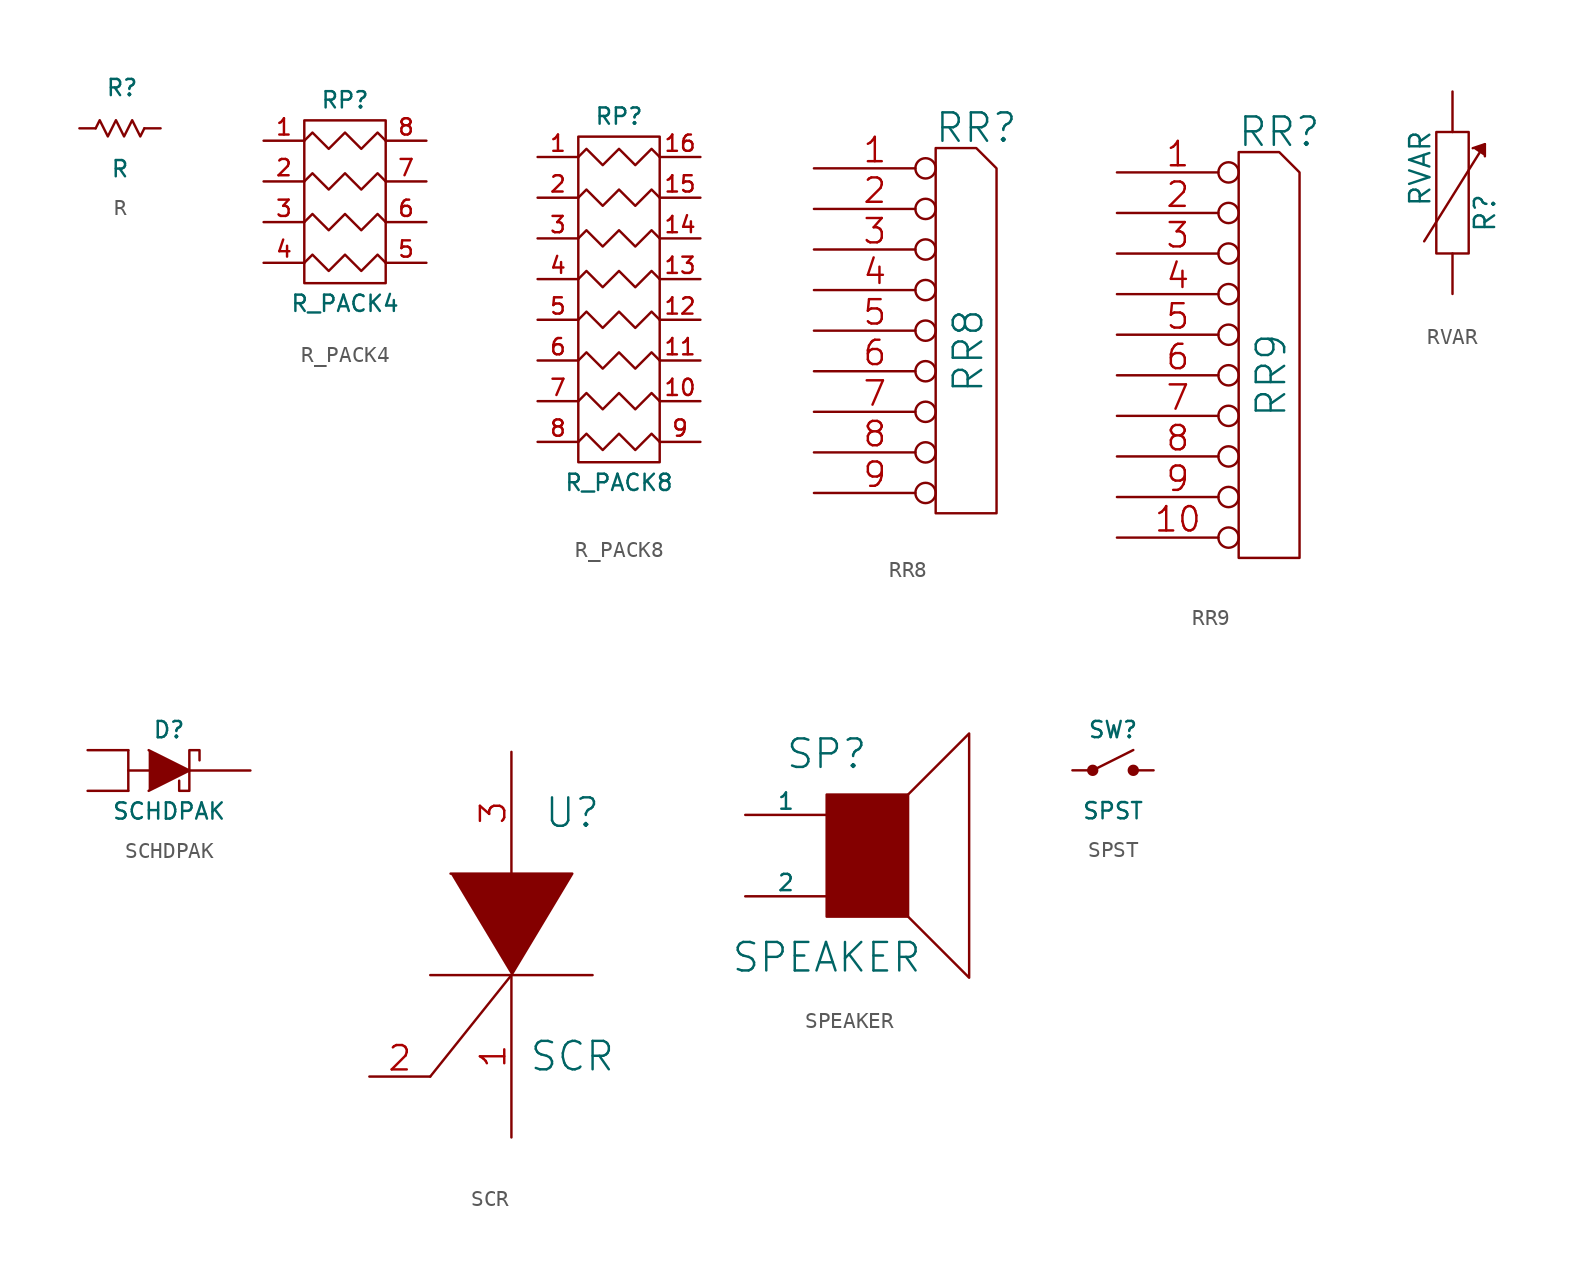
<source format=kicad_sym>
(kicad_symbol_lib
  (version 20231120)
  (generator "kicad_symbol_editor")
  (generator_version "8.0")
  (symbol "R"
    (pin_numbers hide)
    (pin_names
      (offset 0))
    (property "Reference" "R"
      (at 0.127 2.54 0)
      (effects (font (size 1.016 1.016))))
    (property "Value" "R"
      (at 0 -2.54 0)
      (effects (font (size 1.016 1.016))))
    (property "Footprint" ""
      (at 0 0 0)
      (effects (font (size 1.524 1.524))))
    (property "Datasheet" ""
      (at 0 0 0)
      (effects (font (size 1.524 1.524))))
    (symbol "R_0_1"
      (polyline (pts (xy -1.524 0) (xy -1.27 0.508) (xy -0.762 -0.508) (xy -0.254 0.508) (xy 0.254 -0.508) (xy 0.762 0.508) (xy 1.27 -0.508) (xy 1.524 0)) (stroke (width 0) (type solid)) (fill (type none))))
    (symbol "R_1_1"
      (pin passive line (at 2.54 0 180) (length 1.016) (name "~" (effects (font (size 1.524 1.524)))) (number "1" (effects (font (size 1.524 1.524)))))
      (pin passive line (at -2.54 0 0) (length 1.016) (name "~" (effects (font (size 1.524 1.524)))) (number "2" (effects (font (size 1.524 1.524)))))))
  (symbol "R_PACK4"
    (pin_names hide)
    (property "Reference" "RP"
      (at 0 11.43 0)
      (effects (font (size 1.016 1.016))))
    (property "Value" "R_PACK4"
      (at 0 -1.27 0)
      (effects (font (size 1.016 1.016))))
    (property "Footprint" ""
      (at 0 0 0)
      (effects (font (size 1.524 1.524))))
    (property "Datasheet" ""
      (at 0 0 0)
      (effects (font (size 1.524 1.524))))
    (symbol "R_PACK4_0_1"
      (polyline (pts (xy -2.54 10.16) (xy -2.54 0) (xy 2.54 0) (xy 2.54 10.16) (xy -2.54 10.16)) (stroke (width 0) (type solid)) (fill (type none)))
      (polyline (pts (xy -2.54 1.27) (xy -2.032 1.778) (xy -1.016 0.762) (xy 0 1.778) (xy 1.016 0.762) (xy 2.032 1.778) (xy 2.54 1.27)) (stroke (width 0) (type solid)) (fill (type none)))
      (polyline (pts (xy -2.54 3.81) (xy -2.032 4.318) (xy -1.016 3.302) (xy 0 4.318) (xy 1.016 3.302) (xy 2.032 4.318) (xy 2.54 3.81)) (stroke (width 0) (type solid)) (fill (type none)))
      (polyline (pts (xy -2.54 6.35) (xy -2.032 6.858) (xy -1.016 5.842) (xy 0 6.858) (xy 1.016 5.842) (xy 2.032 6.858) (xy 2.54 6.35)) (stroke (width 0) (type solid)) (fill (type none)))
      (polyline (pts (xy -2.54 8.89) (xy -2.032 9.398) (xy -1.016 8.382) (xy 0 9.398) (xy 1.016 8.382) (xy 2.032 9.398) (xy 2.54 8.89)) (stroke (width 0) (type solid)) (fill (type none))))
    (symbol "R_PACK4_1_1"
      (pin passive line (at -5.08 8.89 0) (length 2.54) (name "P1" (effects (font (size 1.016 1.016)))) (number "1" (effects (font (size 1.016 1.016)))))
      (pin passive line (at -5.08 6.35 0) (length 2.54) (name "P2" (effects (font (size 1.016 1.016)))) (number "2" (effects (font (size 1.016 1.016)))))
      (pin passive line (at -5.08 3.81 0) (length 2.54) (name "P3" (effects (font (size 1.016 1.016)))) (number "3" (effects (font (size 1.016 1.016)))))
      (pin passive line (at -5.08 1.27 0) (length 2.54) (name "P4" (effects (font (size 1.016 1.016)))) (number "4" (effects (font (size 1.016 1.016)))))
      (pin passive line (at 5.08 1.27 180) (length 2.54) (name "R4" (effects (font (size 1.016 1.016)))) (number "5" (effects (font (size 1.016 1.016)))))
      (pin passive line (at 5.08 3.81 180) (length 2.54) (name "R3" (effects (font (size 1.016 1.016)))) (number "6" (effects (font (size 1.016 1.016)))))
      (pin passive line (at 5.08 6.35 180) (length 2.54) (name "R2" (effects (font (size 1.016 1.016)))) (number "7" (effects (font (size 1.016 1.016)))))
      (pin passive line (at 5.08 8.89 180) (length 2.54) (name "R1" (effects (font (size 1.016 1.016)))) (number "8" (effects (font (size 1.016 1.016)))))))
  (symbol "R_PACK8"
    (pin_names hide)
    (property "Reference" "RP"
      (at 0 11.43 0)
      (effects (font (size 1.016 1.016))))
    (property "Value" "R_PACK8"
      (at 0 -11.43 0)
      (effects (font (size 1.016 1.016))))
    (property "Footprint" ""
      (at 0 0 0)
      (effects (font (size 1.524 1.524))))
    (property "Datasheet" ""
      (at 0 0 0)
      (effects (font (size 1.524 1.524))))
    (symbol "R_PACK8_0_1"
      (rectangle (start -2.54 10.16) (end 2.54 -10.16) (stroke (width 0) (type solid)) (fill (type none)))
      (polyline (pts (xy -2.54 -8.89) (xy -2.032 -8.382) (xy -1.016 -9.398) (xy 0 -8.382) (xy 1.016 -9.398) (xy 2.032 -8.382) (xy 2.54 -8.89)) (stroke (width 0) (type solid)) (fill (type none)))
      (polyline (pts (xy -2.54 -6.35) (xy -2.032 -5.842) (xy -1.016 -6.858) (xy 0 -5.842) (xy 1.016 -6.858) (xy 2.032 -5.842) (xy 2.54 -6.35)) (stroke (width 0) (type solid)) (fill (type none)))
      (polyline (pts (xy -2.54 -3.81) (xy -2.032 -3.302) (xy -1.016 -4.318) (xy 0 -3.302) (xy 1.016 -4.318) (xy 2.032 -3.302) (xy 2.54 -3.81)) (stroke (width 0) (type solid)) (fill (type none)))
      (polyline (pts (xy -2.54 -1.27) (xy -2.032 -0.762) (xy -1.016 -1.778) (xy 0 -0.762) (xy 1.016 -1.778) (xy 2.032 -0.762) (xy 2.54 -1.27)) (stroke (width 0) (type solid)) (fill (type none)))
      (polyline (pts (xy -2.54 1.27) (xy -2.032 1.778) (xy -1.016 0.762) (xy 0 1.778) (xy 1.016 0.762) (xy 2.032 1.778) (xy 2.54 1.27)) (stroke (width 0) (type solid)) (fill (type none)))
      (polyline (pts (xy -2.54 3.81) (xy -2.032 4.318) (xy -1.016 3.302) (xy 0 4.318) (xy 1.016 3.302) (xy 2.032 4.318) (xy 2.54 3.81)) (stroke (width 0) (type solid)) (fill (type none)))
      (polyline (pts (xy -2.54 6.35) (xy -2.032 6.858) (xy -1.016 5.842) (xy 0 6.858) (xy 1.016 5.842) (xy 2.032 6.858) (xy 2.54 6.35)) (stroke (width 0) (type solid)) (fill (type none)))
      (polyline (pts (xy -2.54 8.89) (xy -2.032 9.398) (xy -1.016 8.382) (xy 0 9.398) (xy 1.016 8.382) (xy 2.032 9.398) (xy 2.54 8.89)) (stroke (width 0) (type solid)) (fill (type none))))
    (symbol "R_PACK8_1_1"
      (pin passive line (at -5.08 8.89 0) (length 2.54) (name "P1" (effects (font (size 1.016 1.016)))) (number "1" (effects (font (size 1.016 1.016)))))
      (pin passive line (at 5.08 -6.35 180) (length 2.54) (name "R7" (effects (font (size 1.016 1.016)))) (number "10" (effects (font (size 1.016 1.016)))))
      (pin passive line (at 5.08 -3.81 180) (length 2.54) (name "R6" (effects (font (size 1.016 1.016)))) (number "11" (effects (font (size 1.016 1.016)))))
      (pin passive line (at 5.08 -1.27 180) (length 2.54) (name "R5" (effects (font (size 1.016 1.016)))) (number "12" (effects (font (size 1.016 1.016)))))
      (pin passive line (at 5.08 1.27 180) (length 2.54) (name "R4" (effects (font (size 1.016 1.016)))) (number "13" (effects (font (size 1.016 1.016)))))
      (pin passive line (at 5.08 3.81 180) (length 2.54) (name "R3" (effects (font (size 1.016 1.016)))) (number "14" (effects (font (size 1.016 1.016)))))
      (pin passive line (at 5.08 6.35 180) (length 2.54) (name "R2" (effects (font (size 1.016 1.016)))) (number "15" (effects (font (size 1.016 1.016)))))
      (pin passive line (at 5.08 8.89 180) (length 2.54) (name "R1" (effects (font (size 1.016 1.016)))) (number "16" (effects (font (size 1.016 1.016)))))
      (pin passive line (at -5.08 6.35 0) (length 2.54) (name "P2" (effects (font (size 1.016 1.016)))) (number "2" (effects (font (size 1.016 1.016)))))
      (pin passive line (at -5.08 3.81 0) (length 2.54) (name "P3" (effects (font (size 1.016 1.016)))) (number "3" (effects (font (size 1.016 1.016)))))
      (pin passive line (at -5.08 1.27 0) (length 2.54) (name "P4" (effects (font (size 1.016 1.016)))) (number "4" (effects (font (size 1.016 1.016)))))
      (pin passive line (at -5.08 -1.27 0) (length 2.54) (name "P5" (effects (font (size 1.016 1.016)))) (number "5" (effects (font (size 1.016 1.016)))))
      (pin passive line (at -5.08 -3.81 0) (length 2.54) (name "P6" (effects (font (size 1.016 1.016)))) (number "6" (effects (font (size 1.016 1.016)))))
      (pin passive line (at -5.08 -6.35 0) (length 2.54) (name "P7" (effects (font (size 1.016 1.016)))) (number "7" (effects (font (size 1.016 1.016)))))
      (pin passive line (at -5.08 -8.89 0) (length 2.54) (name "P8" (effects (font (size 1.016 1.016)))) (number "8" (effects (font (size 1.016 1.016)))))
      (pin passive line (at 5.08 -8.89 180) (length 2.54) (name "R8" (effects (font (size 1.016 1.016)))) (number "9" (effects (font (size 1.016 1.016)))))))
  (symbol "RR8"
    (pin_names
      (offset 1.016) hide)
    (property "Reference" "RR"
      (at 1.27 13.97 0)
      (effects (font (size 1.778 1.778))))
    (property "Value" "RR8"
      (at 0.762 0 90)
      (effects (font (size 1.778 1.778))))
    (property "Footprint" ""
      (at 0 0 0)
      (effects (font (size 1.524 1.524))))
    (property "Datasheet" ""
      (at 0 0 0)
      (effects (font (size 1.524 1.524))))
    (symbol "RR8_0_1"
      (polyline (pts (xy -1.27 -10.16) (xy -1.27 12.7) (xy 1.27 12.7) (xy 2.54 11.43) (xy 2.54 -10.16) (xy -1.27 -10.16)) (stroke (width 0) (type solid)) (fill (type none))))
    (symbol "RR8_1_1"
      (pin passive inverted (at -8.89 11.43 0) (length 7.62) (name "COM" (effects (font (size 1.524 1.524)))) (number "1" (effects (font (size 1.524 1.524)))))
      (pin passive inverted (at -8.89 8.89 0) (length 7.62) (name "2" (effects (font (size 1.524 1.524)))) (number "2" (effects (font (size 1.524 1.524)))))
      (pin passive inverted (at -8.89 6.35 0) (length 7.62) (name "3" (effects (font (size 1.524 1.524)))) (number "3" (effects (font (size 1.524 1.524)))))
      (pin passive inverted (at -8.89 3.81 0) (length 7.62) (name "4" (effects (font (size 1.524 1.524)))) (number "4" (effects (font (size 1.524 1.524)))))
      (pin passive inverted (at -8.89 1.27 0) (length 7.62) (name "5" (effects (font (size 1.524 1.524)))) (number "5" (effects (font (size 1.524 1.524)))))
      (pin passive inverted (at -8.89 -1.27 0) (length 7.62) (name "6" (effects (font (size 1.524 1.524)))) (number "6" (effects (font (size 1.524 1.524)))))
      (pin passive inverted (at -8.89 -3.81 0) (length 7.62) (name "7" (effects (font (size 1.524 1.524)))) (number "7" (effects (font (size 1.524 1.524)))))
      (pin passive inverted (at -8.89 -6.35 0) (length 7.62) (name "8" (effects (font (size 1.524 1.524)))) (number "8" (effects (font (size 1.524 1.524)))))
      (pin passive inverted (at -8.89 -8.89 0) (length 7.62) (name "9" (effects (font (size 1.524 1.524)))) (number "9" (effects (font (size 1.524 1.524)))))))
  (symbol "RR9"
    (pin_names
      (offset 1.016) hide)
    (property "Reference" "RR"
      (at 1.27 15.24 0)
      (effects (font (size 1.778 1.778))))
    (property "Value" "RR9"
      (at 0.762 0 90)
      (effects (font (size 1.778 1.778))))
    (property "Footprint" ""
      (at 0 0 0)
      (effects (font (size 1.524 1.524))))
    (property "Datasheet" ""
      (at 0 0 0)
      (effects (font (size 1.524 1.524))))
    (symbol "RR9_0_1"
      (polyline (pts (xy -1.27 -11.43) (xy -1.27 13.97) (xy 1.27 13.97) (xy 2.54 12.7) (xy 2.54 -11.43) (xy -1.27 -11.43)) (stroke (width 0) (type solid)) (fill (type none))))
    (symbol "RR9_1_1"
      (pin passive inverted (at -8.89 12.7 0) (length 7.62) (name "COM" (effects (font (size 1.524 1.524)))) (number "1" (effects (font (size 1.524 1.524)))))
      (pin passive inverted (at -8.89 -10.16 0) (length 7.62) (name "10" (effects (font (size 1.524 1.524)))) (number "10" (effects (font (size 1.524 1.524)))))
      (pin passive inverted (at -8.89 10.16 0) (length 7.62) (name "2" (effects (font (size 1.524 1.524)))) (number "2" (effects (font (size 1.524 1.524)))))
      (pin passive inverted (at -8.89 7.62 0) (length 7.62) (name "3" (effects (font (size 1.524 1.524)))) (number "3" (effects (font (size 1.524 1.524)))))
      (pin passive inverted (at -8.89 5.08 0) (length 7.62) (name "4" (effects (font (size 1.524 1.524)))) (number "4" (effects (font (size 1.524 1.524)))))
      (pin passive inverted (at -8.89 2.54 0) (length 7.62) (name "5" (effects (font (size 1.524 1.524)))) (number "5" (effects (font (size 1.524 1.524)))))
      (pin passive inverted (at -8.89 0 0) (length 7.62) (name "6" (effects (font (size 1.524 1.524)))) (number "6" (effects (font (size 1.524 1.524)))))
      (pin passive inverted (at -8.89 -2.54 0) (length 7.62) (name "7" (effects (font (size 1.524 1.524)))) (number "7" (effects (font (size 1.524 1.524)))))
      (pin passive inverted (at -8.89 -5.08 0) (length 7.62) (name "8" (effects (font (size 1.524 1.524)))) (number "8" (effects (font (size 1.524 1.524)))))
      (pin passive inverted (at -8.89 -7.62 0) (length 7.62) (name "9" (effects (font (size 1.524 1.524)))) (number "9" (effects (font (size 1.524 1.524)))))))
  (symbol "RVAR"
    (pin_numbers hide)
    (pin_names
      (offset 0))
    (property "Reference" "R"
      (at 2.032 -1.27 90)
      (effects (font (size 1.27 1.27))))
    (property "Value" "RVAR"
      (at -2.032 1.524 90)
      (effects (font (size 1.27 1.27))))
    (property "Footprint" ""
      (at 0 0 0)
      (effects (font (size 1.524 1.524))))
    (property "Datasheet" ""
      (at 0 0 0)
      (effects (font (size 1.524 1.524))))
    (symbol "RVAR_0_1"
      (rectangle (start -1.016 3.81) (end 1.016 -3.81) (stroke (width 0) (type solid)) (fill (type none)))
      (polyline (pts (xy -1.778 -3.048) (xy 2.032 3.048)) (stroke (width 0) (type solid)) (fill (type none)))
      (polyline (pts (xy 2.032 2.286) (xy 2.032 3.048) (xy 1.27 2.794)) (stroke (width 0) (type solid)) (fill (type outline))))
    (symbol "RVAR_1_1"
      (pin passive line (at 0 6.35 270) (length 2.54) (name "~" (effects (font (size 1.524 1.524)))) (number "1" (effects (font (size 1.524 1.524)))))
      (pin passive line (at 0 -6.35 90) (length 2.54) (name "~" (effects (font (size 1.524 1.524)))) (number "2" (effects (font (size 1.524 1.524)))))))
  (symbol "SCHDPAK"
    (pin_numbers hide)
    (pin_names
      (offset 1.016) hide)
    (property "Reference" "D"
      (at 0 2.54 0)
      (effects (font (size 1.016 1.016))))
    (property "Value" "SCHDPAK"
      (at 0 -2.54 0)
      (effects (font (size 1.016 1.016))))
    (property "Footprint" ""
      (at 0 0 0)
      (effects (font (size 1.524 1.524))))
    (property "Datasheet" ""
      (at 0 0 0)
      (effects (font (size 1.524 1.524))))
    (symbol "SCHDPAK_0_1"
      (polyline (pts (xy -2.54 0) (xy -1.27 0)) (stroke (width 0) (type solid)) (fill (type none)))
      (polyline (pts (xy -2.54 1.27) (xy -2.54 -1.27)) (stroke (width 0) (type solid)) (fill (type none)))
      (polyline (pts (xy -1.27 1.27) (xy 1.27 0) (xy -1.27 -1.27)) (stroke (width 0) (type solid)) (fill (type outline)))
      (polyline (pts (xy 1.905 0.635) (xy 1.905 1.27) (xy 1.27 1.27) (xy 1.27 -1.27) (xy 0.635 -1.27) (xy 0.635 -0.635)) (stroke (width 0) (type solid)) (fill (type none))))
    (symbol "SCHDPAK_1_1"
      (pin passive line (at -5.08 -1.27 0) (length 2.54) (name "A" (effects (font (size 1.016 1.016)))) (number "1" (effects (font (size 1.016 1.016)))))
      (pin passive line (at 5.08 0 180) (length 3.81) (name "K" (effects (font (size 1.016 1.016)))) (number "2" (effects (font (size 1.016 1.016)))))
      (pin input line (at -5.08 1.27 0) (length 2.54) (name "A" (effects (font (size 1.016 1.016)))) (number "3" (effects (font (size 1.016 1.016)))))))
  (symbol "SCR"
    (pin_names
      (offset 0.254) hide)
    (property "Reference" "U"
      (at 3.81 6.35 0)
      (effects (font (size 1.778 1.778))))
    (property "Value" "SCR"
      (at 3.81 -8.89 0)
      (effects (font (size 1.778 1.778))))
    (property "Footprint" ""
      (at 0 0 0)
      (effects (font (size 1.524 1.524))))
    (property "Datasheet" ""
      (at 0 0 0)
      (effects (font (size 1.524 1.524))))
    (symbol "SCR_0_0"
      (polyline (pts (xy -5.08 -3.81) (xy 5.08 -3.81)) (stroke (width 0) (type solid)) (fill (type none))))
    (symbol "SCR_0_1"
      (polyline (pts (xy 0 -3.81) (xy -5.08 -10.16)) (stroke (width 0) (type solid)) (fill (type none)))
      (polyline (pts (xy -3.81 2.54) (xy 3.81 2.54) (xy 0 -3.81)) (stroke (width 0) (type solid)) (fill (type outline))))
    (symbol "SCR_1_1"
      (pin input line (at 0 -13.97 90) (length 10.16) (name "K" (effects (font (size 1.778 1.778)))) (number "1" (effects (font (size 1.524 1.524)))))
      (pin input line (at -8.89 -10.16 0) (length 3.81) (name "G" (effects (font (size 1.524 1.524)))) (number "2" (effects (font (size 1.524 1.524)))))
      (pin input line (at 0 10.16 270) (length 7.62) (name "A" (effects (font (size 1.524 1.524)))) (number "3" (effects (font (size 1.524 1.524)))))))
  (symbol "SPEAKER"
    (pin_numbers hide)
    (pin_names
      (offset 0))
    (property "Reference" "SP"
      (at -2.54 6.35 0)
      (effects (font (size 1.778 1.778))))
    (property "Value" "SPEAKER"
      (at -2.54 -6.35 0)
      (effects (font (size 1.778 1.778))))
    (property "Footprint" ""
      (at 0 0 0)
      (effects (font (size 1.524 1.524))))
    (property "Datasheet" ""
      (at 0 0 0)
      (effects (font (size 1.524 1.524))))
    (symbol "SPEAKER_0_0"
      (polyline (pts (xy 2.54 3.81) (xy 6.35 7.62) (xy 6.35 -7.62) (xy 2.54 -3.81)) (stroke (width 0) (type solid)) (fill (type none)))
      (polyline (pts (xy -2.54 3.81) (xy 2.54 3.81) (xy 2.54 -3.81) (xy -2.54 -3.81) (xy -2.54 3.81)) (stroke (width 0) (type solid)) (fill (type outline))))
    (symbol "SPEAKER_1_1"
      (pin input line (at -7.62 2.54 0) (length 5.08) (name "1" (effects (font (size 1.016 1.016)))) (number "1" (effects (font (size 1.016 1.016)))))
      (pin input line (at -7.62 -2.54 0) (length 5.08) (name "2" (effects (font (size 1.016 1.016)))) (number "2" (effects (font (size 1.016 1.016)))))))
  (symbol "SPST"
    (pin_numbers hide)
    (pin_names
      (offset 0))
    (property "Reference" "SW"
      (at 0 2.54 0)
      (effects (font (size 1.016 1.016))))
    (property "Value" "SPST"
      (at 0 -2.54 0)
      (effects (font (size 1.016 1.016))))
    (property "Footprint" ""
      (at 0 0 0)
      (effects (font (size 1.524 1.524))))
    (property "Datasheet" ""
      (at 0 0 0)
      (effects (font (size 1.524 1.524))))
    (symbol "SPST_0_0"
      (circle (center -1.27 0) (radius 0.279) (stroke (width 0) (type solid)) (fill (type outline)))
      (polyline (pts (xy -1.27 0) (xy 1.27 1.27)) (stroke (width 0) (type solid)) (fill (type none)))
      (circle (center 1.27 0) (radius 0.279) (stroke (width 0) (type solid)) (fill (type outline))))
    (symbol "SPST_1_1"
      (pin input line (at -2.54 0 0) (length 1.27) (name "~" (effects (font (size 1.016 1.016)))) (number "1" (effects (font (size 1.016 1.016)))))
      (pin input line (at 2.54 0 180) (length 1.27) (name "~" (effects (font (size 1.016 1.016)))) (number "2" (effects (font (size 1.016 1.016))))))))
</source>
